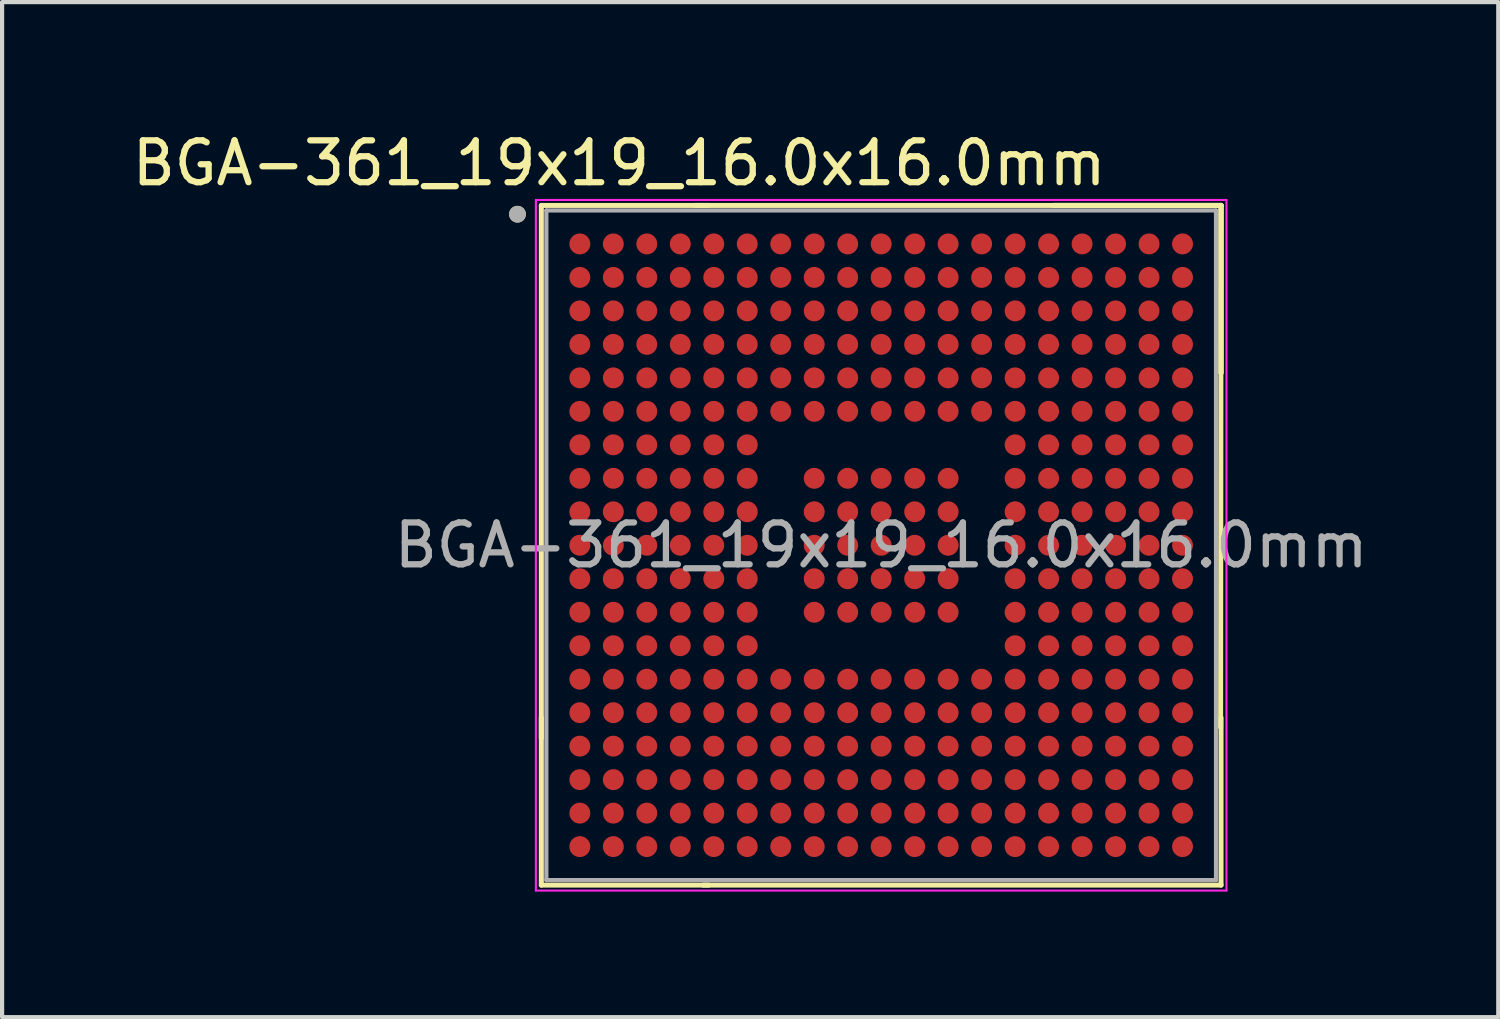
<source format=kicad_pcb>
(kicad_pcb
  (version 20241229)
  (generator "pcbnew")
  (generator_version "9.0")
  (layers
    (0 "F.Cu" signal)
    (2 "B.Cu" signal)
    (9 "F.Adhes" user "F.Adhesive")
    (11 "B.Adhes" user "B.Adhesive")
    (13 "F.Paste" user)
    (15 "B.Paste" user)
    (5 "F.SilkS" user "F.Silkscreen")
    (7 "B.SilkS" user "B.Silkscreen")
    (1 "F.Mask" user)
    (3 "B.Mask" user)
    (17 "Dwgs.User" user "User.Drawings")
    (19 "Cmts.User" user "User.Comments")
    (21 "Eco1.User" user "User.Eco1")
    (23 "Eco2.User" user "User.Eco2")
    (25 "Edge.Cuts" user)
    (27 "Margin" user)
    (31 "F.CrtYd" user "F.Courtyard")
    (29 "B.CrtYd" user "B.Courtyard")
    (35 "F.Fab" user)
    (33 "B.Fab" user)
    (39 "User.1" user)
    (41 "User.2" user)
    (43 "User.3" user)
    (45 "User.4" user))
  (footprint "BGA-361_19x19_16.0x16.0mm"
    (layer "F.Cu")
    (at 18.004 9.978)
    (property "Reference" "BGA-361_19x19_16.0x16.0mm" (at -6.26 -9.13 0) (layer "F.SilkS") (effects (font (size 1 1) (thickness 0.15))))
    (attr smd)
    (fp_line (start -8.12 -8.12) (end -8.12 4.61) (stroke (width 0.12) (type solid)) (layer "F.SilkS"))
    (fp_line (start -8.12 8.12) (end -8.12 4.12) (stroke (width 0.12) (type solid)) (layer "F.SilkS"))
    (fp_line (start -4.46 -8.12) (end 8.12 -8.12) (stroke (width 0.12) (type solid)) (layer "F.SilkS"))
    (fp_line (start -4.25 8.12) (end 8.12 8.12) (stroke (width 0.12) (type solid)) (layer "F.SilkS"))
    (fp_line (start -4.12 -8.12) (end -8.12 -8.12) (stroke (width 0.12) (type solid)) (layer "F.SilkS"))
    (fp_line (start -4.12 8.12) (end -8.12 8.12) (stroke (width 0.12) (type solid)) (layer "F.SilkS"))
    (fp_line (start 4.12 -8.12) (end 8.12 -8.12) (stroke (width 0.12) (type solid)) (layer "F.SilkS"))
    (fp_line (start 4.12 -8.12) (end 8.12 -8.12) (stroke (width 0.12) (type solid)) (layer "F.SilkS"))
    (fp_line (start 8.12 -8.12) (end 8.11 4.35) (stroke (width 0.12) (type solid)) (layer "F.SilkS"))
    (fp_line (start 8.12 -8.12) (end 8.12 -4.12) (stroke (width 0.12) (type solid)) (layer "F.SilkS"))
    (fp_line (start 8.12 -8.12) (end 8.12 -4.12) (stroke (width 0.12) (type solid)) (layer "F.SilkS"))
    (fp_line (start 8.12 8.12) (end 8.12 4.12) (stroke (width 0.12) (type solid)) (layer "F.SilkS"))
    (fp_circle (center -8.69 -7.91) (end -8.59 -7.91) (stroke (width 0.2) (type solid)) (fill no) (layer "F.SilkS"))
    (fp_line (start -8.25 -8.25) (end 8.25 -8.25) (stroke (width 0.05) (type solid)) (layer "F.CrtYd"))
    (fp_line (start -8.25 8.25) (end -8.25 -8.25) (stroke (width 0.05) (type solid)) (layer "F.CrtYd"))
    (fp_line (start 8.25 -8.25) (end 8.25 8.25) (stroke (width 0.05) (type solid)) (layer "F.CrtYd"))
    (fp_line (start 8.25 8.25) (end -8.25 8.25) (stroke (width 0.05) (type solid)) (layer "F.CrtYd"))
    (fp_line (start -8 -8) (end -8 8) (stroke (width 0.1) (type solid)) (layer "F.Fab"))
    (fp_line (start -8 8) (end 8 8) (stroke (width 0.1) (type solid)) (layer "F.Fab"))
    (fp_line (start 8 -8) (end -8 -8) (stroke (width 0.1) (type solid)) (layer "F.Fab"))
    (fp_line (start 8 8) (end 8 -8) (stroke (width 0.1) (type solid)) (layer "F.Fab"))
    (fp_circle (center -8.69 -7.91) (end -8.59 -7.91) (stroke (width 0.2) (type solid)) (fill no) (layer "F.Fab"))
    (fp_text user "${REFERENCE}" (at 0 0 0) (unlocked yes) (layer "F.Fab") (effects (font (size 1 1) (thickness 0.15))))
    (pad "A1" smd circle (at -7.2 -7.2) (size 0.5 0.5) (layers "F.Cu" "F.Mask"))
    (pad "A2" smd circle (at -6.4 -7.2) (size 0.5 0.5) (layers "F.Cu" "F.Mask"))
    (pad "A3" smd circle (at -5.6 -7.2) (size 0.5 0.5) (layers "F.Cu" "F.Mask"))
    (pad "A4" smd circle (at -4.8 -7.2) (size 0.5 0.5) (layers "F.Cu" "F.Mask"))
    (pad "A5" smd circle (at -4 -7.2) (size 0.5 0.5) (layers "F.Cu" "F.Mask"))
    (pad "A6" smd circle (at -3.2 -7.2) (size 0.5 0.5) (layers "F.Cu" "F.Mask"))
    (pad "A7" smd circle (at -2.4 -7.2) (size 0.5 0.5) (layers "F.Cu" "F.Mask"))
    (pad "A8" smd circle (at -1.6 -7.2) (size 0.5 0.5) (layers "F.Cu" "F.Mask"))
    (pad "A9" smd circle (at -0.8 -7.2) (size 0.5 0.5) (layers "F.Cu" "F.Mask"))
    (pad "A10" smd circle (at 0 -7.2) (size 0.5 0.5) (layers "F.Cu" "F.Mask"))
    (pad "A11" smd circle (at 0.8 -7.2) (size 0.5 0.5) (layers "F.Cu" "F.Mask"))
    (pad "A12" smd circle (at 1.6 -7.2) (size 0.5 0.5) (layers "F.Cu" "F.Mask"))
    (pad "A13" smd circle (at 2.4 -7.2) (size 0.5 0.5) (layers "F.Cu" "F.Mask"))
    (pad "A14" smd circle (at 3.2 -7.2) (size 0.5 0.5) (layers "F.Cu" "F.Mask"))
    (pad "A15" smd circle (at 4 -7.2) (size 0.5 0.5) (layers "F.Cu" "F.Mask"))
    (pad "A16" smd circle (at 4.8 -7.2) (size 0.5 0.5) (layers "F.Cu" "F.Mask"))
    (pad "A17" smd circle (at 5.6 -7.2) (size 0.5 0.5) (layers "F.Cu" "F.Mask"))
    (pad "A18" smd circle (at 6.4 -7.2) (size 0.5 0.5) (layers "F.Cu" "F.Mask"))
    (pad "A19" smd circle (at 7.2 -7.2) (size 0.5 0.5) (layers "F.Cu" "F.Mask"))
    (pad "B1" smd circle (at -7.2 -6.4) (size 0.5 0.5) (layers "F.Cu" "F.Mask"))
    (pad "B2" smd circle (at -6.4 -6.4) (size 0.5 0.5) (layers "F.Cu" "F.Mask"))
    (pad "B3" smd circle (at -5.6 -6.4) (size 0.5 0.5) (layers "F.Cu" "F.Mask"))
    (pad "B4" smd circle (at -4.8 -6.4) (size 0.5 0.5) (layers "F.Cu" "F.Mask"))
    (pad "B5" smd circle (at -4 -6.4) (size 0.5 0.5) (layers "F.Cu" "F.Mask"))
    (pad "B6" smd circle (at -3.2 -6.4) (size 0.5 0.5) (layers "F.Cu" "F.Mask"))
    (pad "B7" smd circle (at -2.4 -6.4) (size 0.5 0.5) (layers "F.Cu" "F.Mask"))
    (pad "B8" smd circle (at -1.6 -6.4) (size 0.5 0.5) (layers "F.Cu" "F.Mask"))
    (pad "B9" smd circle (at -0.8 -6.4) (size 0.5 0.5) (layers "F.Cu" "F.Mask"))
    (pad "B10" smd circle (at 0 -6.4) (size 0.5 0.5) (layers "F.Cu" "F.Mask"))
    (pad "B11" smd circle (at 0.8 -6.4) (size 0.5 0.5) (layers "F.Cu" "F.Mask"))
    (pad "B12" smd circle (at 1.6 -6.4) (size 0.5 0.5) (layers "F.Cu" "F.Mask"))
    (pad "B13" smd circle (at 2.4 -6.4) (size 0.5 0.5) (layers "F.Cu" "F.Mask"))
    (pad "B14" smd circle (at 3.2 -6.4) (size 0.5 0.5) (layers "F.Cu" "F.Mask"))
    (pad "B15" smd circle (at 4 -6.4) (size 0.5 0.5) (layers "F.Cu" "F.Mask"))
    (pad "B16" smd circle (at 4.8 -6.4) (size 0.5 0.5) (layers "F.Cu" "F.Mask"))
    (pad "B17" smd circle (at 5.6 -6.4) (size 0.5 0.5) (layers "F.Cu" "F.Mask"))
    (pad "B18" smd circle (at 6.4 -6.4) (size 0.5 0.5) (layers "F.Cu" "F.Mask"))
    (pad "B19" smd circle (at 7.2 -6.4) (size 0.5 0.5) (layers "F.Cu" "F.Mask"))
    (pad "C1" smd circle (at -7.2 -5.6) (size 0.5 0.5) (layers "F.Cu" "F.Mask"))
    (pad "C2" smd circle (at -6.4 -5.6) (size 0.5 0.5) (layers "F.Cu" "F.Mask"))
    (pad "C3" smd circle (at -5.6 -5.6) (size 0.5 0.5) (layers "F.Cu" "F.Mask"))
    (pad "C4" smd circle (at -4.8 -5.6) (size 0.5 0.5) (layers "F.Cu" "F.Mask"))
    (pad "C5" smd circle (at -4 -5.6) (size 0.5 0.5) (layers "F.Cu" "F.Mask"))
    (pad "C6" smd circle (at -3.2 -5.6) (size 0.5 0.5) (layers "F.Cu" "F.Mask"))
    (pad "C7" smd circle (at -2.4 -5.6) (size 0.5 0.5) (layers "F.Cu" "F.Mask"))
    (pad "C8" smd circle (at -1.6 -5.6) (size 0.5 0.5) (layers "F.Cu" "F.Mask"))
    (pad "C9" smd circle (at -0.8 -5.6) (size 0.5 0.5) (layers "F.Cu" "F.Mask"))
    (pad "C10" smd circle (at 0 -5.6) (size 0.5 0.5) (layers "F.Cu" "F.Mask"))
    (pad "C11" smd circle (at 0.8 -5.6) (size 0.5 0.5) (layers "F.Cu" "F.Mask"))
    (pad "C12" smd circle (at 1.6 -5.6) (size 0.5 0.5) (layers "F.Cu" "F.Mask"))
    (pad "C13" smd circle (at 2.4 -5.6) (size 0.5 0.5) (layers "F.Cu" "F.Mask"))
    (pad "C14" smd circle (at 3.2 -5.6) (size 0.5 0.5) (layers "F.Cu" "F.Mask"))
    (pad "C15" smd circle (at 4 -5.6) (size 0.5 0.5) (layers "F.Cu" "F.Mask"))
    (pad "C16" smd circle (at 4.8 -5.6) (size 0.5 0.5) (layers "F.Cu" "F.Mask"))
    (pad "C17" smd circle (at 5.6 -5.6) (size 0.5 0.5) (layers "F.Cu" "F.Mask"))
    (pad "C18" smd circle (at 6.4 -5.6) (size 0.5 0.5) (layers "F.Cu" "F.Mask"))
    (pad "C19" smd circle (at 7.2 -5.6) (size 0.5 0.5) (layers "F.Cu" "F.Mask"))
    (pad "D1" smd circle (at -7.2 -4.8) (size 0.5 0.5) (layers "F.Cu" "F.Mask"))
    (pad "D2" smd circle (at -6.4 -4.8) (size 0.5 0.5) (layers "F.Cu" "F.Mask"))
    (pad "D3" smd circle (at -5.6 -4.8) (size 0.5 0.5) (layers "F.Cu" "F.Mask"))
    (pad "D4" smd circle (at -4.8 -4.8) (size 0.5 0.5) (layers "F.Cu" "F.Mask"))
    (pad "D5" smd circle (at -4 -4.8) (size 0.5 0.5) (layers "F.Cu" "F.Mask"))
    (pad "D6" smd circle (at -3.2 -4.8) (size 0.5 0.5) (layers "F.Cu" "F.Mask"))
    (pad "D7" smd circle (at -2.4 -4.8) (size 0.5 0.5) (layers "F.Cu" "F.Mask"))
    (pad "D8" smd circle (at -1.6 -4.8) (size 0.5 0.5) (layers "F.Cu" "F.Mask"))
    (pad "D9" smd circle (at -0.8 -4.8) (size 0.5 0.5) (layers "F.Cu" "F.Mask"))
    (pad "D10" smd circle (at 0 -4.8) (size 0.5 0.5) (layers "F.Cu" "F.Mask"))
    (pad "D11" smd circle (at 0.8 -4.8) (size 0.5 0.5) (layers "F.Cu" "F.Mask"))
    (pad "D12" smd circle (at 1.6 -4.8) (size 0.5 0.5) (layers "F.Cu" "F.Mask"))
    (pad "D13" smd circle (at 2.4 -4.8) (size 0.5 0.5) (layers "F.Cu" "F.Mask"))
    (pad "D14" smd circle (at 3.2 -4.8) (size 0.5 0.5) (layers "F.Cu" "F.Mask"))
    (pad "D15" smd circle (at 4 -4.8) (size 0.5 0.5) (layers "F.Cu" "F.Mask"))
    (pad "D16" smd circle (at 4.8 -4.8) (size 0.5 0.5) (layers "F.Cu" "F.Mask"))
    (pad "D17" smd circle (at 5.6 -4.8) (size 0.5 0.5) (layers "F.Cu" "F.Mask"))
    (pad "D18" smd circle (at 6.4 -4.8) (size 0.5 0.5) (layers "F.Cu" "F.Mask"))
    (pad "D19" smd circle (at 7.2 -4.8) (size 0.5 0.5) (layers "F.Cu" "F.Mask"))
    (pad "E1" smd circle (at -7.2 -4) (size 0.5 0.5) (layers "F.Cu" "F.Mask"))
    (pad "E2" smd circle (at -6.4 -4) (size 0.5 0.5) (layers "F.Cu" "F.Mask"))
    (pad "E3" smd circle (at -5.6 -4) (size 0.5 0.5) (layers "F.Cu" "F.Mask"))
    (pad "E4" smd circle (at -4.8 -4) (size 0.5 0.5) (layers "F.Cu" "F.Mask"))
    (pad "E5" smd circle (at -4 -4) (size 0.5 0.5) (layers "F.Cu" "F.Mask"))
    (pad "E6" smd circle (at -3.2 -4) (size 0.5 0.5) (layers "F.Cu" "F.Mask"))
    (pad "E7" smd circle (at -2.4 -4) (size 0.5 0.5) (layers "F.Cu" "F.Mask"))
    (pad "E8" smd circle (at -1.6 -4) (size 0.5 0.5) (layers "F.Cu" "F.Mask"))
    (pad "E9" smd circle (at -0.8 -4) (size 0.5 0.5) (layers "F.Cu" "F.Mask"))
    (pad "E10" smd circle (at 0 -4) (size 0.5 0.5) (layers "F.Cu" "F.Mask"))
    (pad "E11" smd circle (at 0.8 -4) (size 0.5 0.5) (layers "F.Cu" "F.Mask"))
    (pad "E12" smd circle (at 1.6 -4) (size 0.5 0.5) (layers "F.Cu" "F.Mask"))
    (pad "E13" smd circle (at 2.4 -4) (size 0.5 0.5) (layers "F.Cu" "F.Mask"))
    (pad "E14" smd circle (at 3.2 -4) (size 0.5 0.5) (layers "F.Cu" "F.Mask"))
    (pad "E15" smd circle (at 4 -4) (size 0.5 0.5) (layers "F.Cu" "F.Mask"))
    (pad "E16" smd circle (at 4.8 -4) (size 0.5 0.5) (layers "F.Cu" "F.Mask"))
    (pad "E17" smd circle (at 5.6 -4) (size 0.5 0.5) (layers "F.Cu" "F.Mask"))
    (pad "E18" smd circle (at 6.4 -4) (size 0.5 0.5) (layers "F.Cu" "F.Mask"))
    (pad "E19" smd circle (at 7.2 -4) (size 0.5 0.5) (layers "F.Cu" "F.Mask"))
    (pad "F1" smd circle (at -7.2 -3.2) (size 0.5 0.5) (layers "F.Cu" "F.Mask"))
    (pad "F2" smd circle (at -6.4 -3.2) (size 0.5 0.5) (layers "F.Cu" "F.Mask"))
    (pad "F3" smd circle (at -5.6 -3.2) (size 0.5 0.5) (layers "F.Cu" "F.Mask"))
    (pad "F4" smd circle (at -4.8 -3.2) (size 0.5 0.5) (layers "F.Cu" "F.Mask"))
    (pad "F5" smd circle (at -4 -3.2) (size 0.5 0.5) (layers "F.Cu" "F.Mask"))
    (pad "F6" smd circle (at -3.2 -3.2) (size 0.5 0.5) (layers "F.Cu" "F.Mask"))
    (pad "F7" smd circle (at -2.4 -3.2) (size 0.5 0.5) (layers "F.Cu" "F.Mask"))
    (pad "F8" smd circle (at -1.6 -3.2) (size 0.5 0.5) (layers "F.Cu" "F.Mask"))
    (pad "F9" smd circle (at -0.8 -3.2) (size 0.5 0.5) (layers "F.Cu" "F.Mask"))
    (pad "F10" smd circle (at 0 -3.2) (size 0.5 0.5) (layers "F.Cu" "F.Mask"))
    (pad "F11" smd circle (at 0.8 -3.2) (size 0.5 0.5) (layers "F.Cu" "F.Mask"))
    (pad "F12" smd circle (at 1.6 -3.2) (size 0.5 0.5) (layers "F.Cu" "F.Mask"))
    (pad "F13" smd circle (at 2.4 -3.2) (size 0.5 0.5) (layers "F.Cu" "F.Mask"))
    (pad "F14" smd circle (at 3.2 -3.2) (size 0.5 0.5) (layers "F.Cu" "F.Mask"))
    (pad "F15" smd circle (at 4 -3.2) (size 0.5 0.5) (layers "F.Cu" "F.Mask"))
    (pad "F16" smd circle (at 4.8 -3.2) (size 0.5 0.5) (layers "F.Cu" "F.Mask"))
    (pad "F17" smd circle (at 5.6 -3.2) (size 0.5 0.5) (layers "F.Cu" "F.Mask"))
    (pad "F18" smd circle (at 6.4 -3.2) (size 0.5 0.5) (layers "F.Cu" "F.Mask"))
    (pad "F19" smd circle (at 7.2 -3.2) (size 0.5 0.5) (layers "F.Cu" "F.Mask"))
    (pad "G1" smd circle (at -7.2 -2.4) (size 0.5 0.5) (layers "F.Cu" "F.Mask"))
    (pad "G2" smd circle (at -6.4 -2.4) (size 0.5 0.5) (layers "F.Cu" "F.Mask"))
    (pad "G3" smd circle (at -5.6 -2.4) (size 0.5 0.5) (layers "F.Cu" "F.Mask"))
    (pad "G4" smd circle (at -4.8 -2.4) (size 0.5 0.5) (layers "F.Cu" "F.Mask"))
    (pad "G5" smd circle (at -4 -2.4) (size 0.5 0.5) (layers "F.Cu" "F.Mask"))
    (pad "G6" smd circle (at -3.2 -2.4) (size 0.5 0.5) (layers "F.Cu" "F.Mask"))
    (pad "G14" smd circle (at 3.2 -2.4) (size 0.5 0.5) (layers "F.Cu" "F.Mask"))
    (pad "G15" smd circle (at 4 -2.4) (size 0.5 0.5) (layers "F.Cu" "F.Mask"))
    (pad "G16" smd circle (at 4.8 -2.4) (size 0.5 0.5) (layers "F.Cu" "F.Mask"))
    (pad "G17" smd circle (at 5.6 -2.4) (size 0.5 0.5) (layers "F.Cu" "F.Mask"))
    (pad "G18" smd circle (at 6.4 -2.4) (size 0.5 0.5) (layers "F.Cu" "F.Mask"))
    (pad "G19" smd circle (at 7.2 -2.4) (size 0.5 0.5) (layers "F.Cu" "F.Mask"))
    (pad "H1" smd circle (at -7.2 -1.6) (size 0.5 0.5) (layers "F.Cu" "F.Mask"))
    (pad "H2" smd circle (at -6.4 -1.6) (size 0.5 0.5) (layers "F.Cu" "F.Mask"))
    (pad "H3" smd circle (at -5.6 -1.6) (size 0.5 0.5) (layers "F.Cu" "F.Mask"))
    (pad "H4" smd circle (at -4.8 -1.6) (size 0.5 0.5) (layers "F.Cu" "F.Mask"))
    (pad "H5" smd circle (at -4 -1.6) (size 0.5 0.5) (layers "F.Cu" "F.Mask"))
    (pad "H6" smd circle (at -3.2 -1.6) (size 0.5 0.5) (layers "F.Cu" "F.Mask"))
    (pad "H8" smd circle (at -1.6 -1.6) (size 0.5 0.5) (layers "F.Cu" "F.Mask"))
    (pad "H9" smd circle (at -0.8 -1.6) (size 0.5 0.5) (layers "F.Cu" "F.Mask"))
    (pad "H10" smd circle (at 0 -1.6) (size 0.5 0.5) (layers "F.Cu" "F.Mask"))
    (pad "H11" smd circle (at 0.8 -1.6) (size 0.5 0.5) (layers "F.Cu" "F.Mask"))
    (pad "H12" smd circle (at 1.6 -1.6) (size 0.5 0.5) (layers "F.Cu" "F.Mask"))
    (pad "H14" smd circle (at 3.2 -1.6) (size 0.5 0.5) (layers "F.Cu" "F.Mask"))
    (pad "H15" smd circle (at 4 -1.6) (size 0.5 0.5) (layers "F.Cu" "F.Mask"))
    (pad "H16" smd circle (at 4.8 -1.6) (size 0.5 0.5) (layers "F.Cu" "F.Mask"))
    (pad "H17" smd circle (at 5.6 -1.6) (size 0.5 0.5) (layers "F.Cu" "F.Mask"))
    (pad "H18" smd circle (at 6.4 -1.6) (size 0.5 0.5) (layers "F.Cu" "F.Mask"))
    (pad "H19" smd circle (at 7.2 -1.6) (size 0.5 0.5) (layers "F.Cu" "F.Mask"))
    (pad "J1" smd circle (at -7.2 -0.8) (size 0.5 0.5) (layers "F.Cu" "F.Mask"))
    (pad "J2" smd circle (at -6.4 -0.8) (size 0.5 0.5) (layers "F.Cu" "F.Mask"))
    (pad "J3" smd circle (at -5.6 -0.8) (size 0.5 0.5) (layers "F.Cu" "F.Mask"))
    (pad "J4" smd circle (at -4.8 -0.8) (size 0.5 0.5) (layers "F.Cu" "F.Mask"))
    (pad "J5" smd circle (at -4 -0.8) (size 0.5 0.5) (layers "F.Cu" "F.Mask"))
    (pad "J6" smd circle (at -3.2 -0.8) (size 0.5 0.5) (layers "F.Cu" "F.Mask"))
    (pad "J8" smd circle (at -1.6 -0.8) (size 0.5 0.5) (layers "F.Cu" "F.Mask"))
    (pad "J9" smd circle (at -0.8 -0.8) (size 0.5 0.5) (layers "F.Cu" "F.Mask"))
    (pad "J10" smd circle (at 0 -0.8) (size 0.5 0.5) (layers "F.Cu" "F.Mask"))
    (pad "J11" smd circle (at 0.8 -0.8) (size 0.5 0.5) (layers "F.Cu" "F.Mask"))
    (pad "J12" smd circle (at 1.6 -0.8) (size 0.5 0.5) (layers "F.Cu" "F.Mask"))
    (pad "J14" smd circle (at 3.2 -0.8) (size 0.5 0.5) (layers "F.Cu" "F.Mask"))
    (pad "J15" smd circle (at 4 -0.8) (size 0.5 0.5) (layers "F.Cu" "F.Mask"))
    (pad "J16" smd circle (at 4.8 -0.8) (size 0.5 0.5) (layers "F.Cu" "F.Mask"))
    (pad "J17" smd circle (at 5.6 -0.8) (size 0.5 0.5) (layers "F.Cu" "F.Mask"))
    (pad "J18" smd circle (at 6.4 -0.8) (size 0.5 0.5) (layers "F.Cu" "F.Mask"))
    (pad "J19" smd circle (at 7.2 -0.8) (size 0.5 0.5) (layers "F.Cu" "F.Mask"))
    (pad "K1" smd circle (at -7.2 0) (size 0.5 0.5) (layers "F.Cu" "F.Mask"))
    (pad "K2" smd circle (at -6.4 0) (size 0.5 0.5) (layers "F.Cu" "F.Mask"))
    (pad "K3" smd circle (at -5.6 0) (size 0.5 0.5) (layers "F.Cu" "F.Mask"))
    (pad "K4" smd circle (at -4.8 0) (size 0.5 0.5) (layers "F.Cu" "F.Mask"))
    (pad "K5" smd circle (at -4 0) (size 0.5 0.5) (layers "F.Cu" "F.Mask"))
    (pad "K6" smd circle (at -3.2 0) (size 0.5 0.5) (layers "F.Cu" "F.Mask"))
    (pad "K8" smd circle (at -1.6 0) (size 0.5 0.5) (layers "F.Cu" "F.Mask"))
    (pad "K9" smd circle (at -0.8 0) (size 0.5 0.5) (layers "F.Cu" "F.Mask"))
    (pad "K10" smd circle (at 0 0) (size 0.5 0.5) (layers "F.Cu" "F.Mask"))
    (pad "K11" smd circle (at 0.8 0) (size 0.5 0.5) (layers "F.Cu" "F.Mask"))
    (pad "K12" smd circle (at 1.6 0) (size 0.5 0.5) (layers "F.Cu" "F.Mask"))
    (pad "K14" smd circle (at 3.2 0) (size 0.5 0.5) (layers "F.Cu" "F.Mask"))
    (pad "K15" smd circle (at 4 0) (size 0.5 0.5) (layers "F.Cu" "F.Mask"))
    (pad "K16" smd circle (at 4.8 0) (size 0.5 0.5) (layers "F.Cu" "F.Mask"))
    (pad "K17" smd circle (at 5.6 0) (size 0.5 0.5) (layers "F.Cu" "F.Mask"))
    (pad "K18" smd circle (at 6.4 0) (size 0.5 0.5) (layers "F.Cu" "F.Mask"))
    (pad "K19" smd circle (at 7.2 0) (size 0.5 0.5) (layers "F.Cu" "F.Mask"))
    (pad "L1" smd circle (at -7.2 0.8) (size 0.5 0.5) (layers "F.Cu" "F.Mask"))
    (pad "L2" smd circle (at -6.4 0.8) (size 0.5 0.5) (layers "F.Cu" "F.Mask"))
    (pad "L3" smd circle (at -5.6 0.8) (size 0.5 0.5) (layers "F.Cu" "F.Mask"))
    (pad "L4" smd circle (at -4.8 0.8) (size 0.5 0.5) (layers "F.Cu" "F.Mask"))
    (pad "L5" smd circle (at -4 0.8) (size 0.5 0.5) (layers "F.Cu" "F.Mask"))
    (pad "L6" smd circle (at -3.2 0.8) (size 0.5 0.5) (layers "F.Cu" "F.Mask"))
    (pad "L8" smd circle (at -1.6 0.8) (size 0.5 0.5) (layers "F.Cu" "F.Mask"))
    (pad "L9" smd circle (at -0.8 0.8) (size 0.5 0.5) (layers "F.Cu" "F.Mask"))
    (pad "L10" smd circle (at 0 0.8) (size 0.5 0.5) (layers "F.Cu" "F.Mask"))
    (pad "L11" smd circle (at 0.8 0.8) (size 0.5 0.5) (layers "F.Cu" "F.Mask"))
    (pad "L12" smd circle (at 1.6 0.8) (size 0.5 0.5) (layers "F.Cu" "F.Mask"))
    (pad "L14" smd circle (at 3.2 0.8) (size 0.5 0.5) (layers "F.Cu" "F.Mask"))
    (pad "L15" smd circle (at 4 0.8) (size 0.5 0.5) (layers "F.Cu" "F.Mask"))
    (pad "L16" smd circle (at 4.8 0.8) (size 0.5 0.5) (layers "F.Cu" "F.Mask"))
    (pad "L17" smd circle (at 5.6 0.8) (size 0.5 0.5) (layers "F.Cu" "F.Mask"))
    (pad "L18" smd circle (at 6.4 0.8) (size 0.5 0.5) (layers "F.Cu" "F.Mask"))
    (pad "L19" smd circle (at 7.2 0.8) (size 0.5 0.5) (layers "F.Cu" "F.Mask"))
    (pad "M1" smd circle (at -7.2 1.6) (size 0.5 0.5) (layers "F.Cu" "F.Mask"))
    (pad "M2" smd circle (at -6.4 1.6) (size 0.5 0.5) (layers "F.Cu" "F.Mask"))
    (pad "M3" smd circle (at -5.6 1.6) (size 0.5 0.5) (layers "F.Cu" "F.Mask"))
    (pad "M4" smd circle (at -4.8 1.6) (size 0.5 0.5) (layers "F.Cu" "F.Mask"))
    (pad "M5" smd circle (at -4 1.6) (size 0.5 0.5) (layers "F.Cu" "F.Mask"))
    (pad "M6" smd circle (at -3.2 1.6) (size 0.5 0.5) (layers "F.Cu" "F.Mask"))
    (pad "M8" smd circle (at -1.6 1.6) (size 0.5 0.5) (layers "F.Cu" "F.Mask"))
    (pad "M9" smd circle (at -0.8 1.6) (size 0.5 0.5) (layers "F.Cu" "F.Mask"))
    (pad "M10" smd circle (at 0 1.6) (size 0.5 0.5) (layers "F.Cu" "F.Mask"))
    (pad "M11" smd circle (at 0.8 1.6) (size 0.5 0.5) (layers "F.Cu" "F.Mask"))
    (pad "M12" smd circle (at 1.6 1.6) (size 0.5 0.5) (layers "F.Cu" "F.Mask"))
    (pad "M14" smd circle (at 3.2 1.6) (size 0.5 0.5) (layers "F.Cu" "F.Mask"))
    (pad "M15" smd circle (at 4 1.6) (size 0.5 0.5) (layers "F.Cu" "F.Mask"))
    (pad "M16" smd circle (at 4.8 1.6) (size 0.5 0.5) (layers "F.Cu" "F.Mask"))
    (pad "M17" smd circle (at 5.6 1.6) (size 0.5 0.5) (layers "F.Cu" "F.Mask"))
    (pad "M18" smd circle (at 6.4 1.6) (size 0.5 0.5) (layers "F.Cu" "F.Mask"))
    (pad "M19" smd circle (at 7.2 1.6) (size 0.5 0.5) (layers "F.Cu" "F.Mask"))
    (pad "N1" smd circle (at -7.2 2.4) (size 0.5 0.5) (layers "F.Cu" "F.Mask"))
    (pad "N2" smd circle (at -6.4 2.4) (size 0.5 0.5) (layers "F.Cu" "F.Mask"))
    (pad "N3" smd circle (at -5.6 2.4) (size 0.5 0.5) (layers "F.Cu" "F.Mask"))
    (pad "N4" smd circle (at -4.8 2.4) (size 0.5 0.5) (layers "F.Cu" "F.Mask"))
    (pad "N5" smd circle (at -4 2.4) (size 0.5 0.5) (layers "F.Cu" "F.Mask"))
    (pad "N6" smd circle (at -3.2 2.4) (size 0.5 0.5) (layers "F.Cu" "F.Mask"))
    (pad "N14" smd circle (at 3.2 2.4) (size 0.5 0.5) (layers "F.Cu" "F.Mask"))
    (pad "N15" smd circle (at 4 2.4) (size 0.5 0.5) (layers "F.Cu" "F.Mask"))
    (pad "N16" smd circle (at 4.8 2.4) (size 0.5 0.5) (layers "F.Cu" "F.Mask"))
    (pad "N17" smd circle (at 5.6 2.4) (size 0.5 0.5) (layers "F.Cu" "F.Mask"))
    (pad "N18" smd circle (at 6.4 2.4) (size 0.5 0.5) (layers "F.Cu" "F.Mask"))
    (pad "N19" smd circle (at 7.2 2.4) (size 0.5 0.5) (layers "F.Cu" "F.Mask"))
    (pad "P1" smd circle (at -7.2 3.2) (size 0.5 0.5) (layers "F.Cu" "F.Mask"))
    (pad "P2" smd circle (at -6.4 3.2) (size 0.5 0.5) (layers "F.Cu" "F.Mask"))
    (pad "P3" smd circle (at -5.6 3.2) (size 0.5 0.5) (layers "F.Cu" "F.Mask"))
    (pad "P4" smd circle (at -4.8 3.2) (size 0.5 0.5) (layers "F.Cu" "F.Mask"))
    (pad "P5" smd circle (at -4 3.2) (size 0.5 0.5) (layers "F.Cu" "F.Mask"))
    (pad "P6" smd circle (at -3.2 3.2) (size 0.5 0.5) (layers "F.Cu" "F.Mask"))
    (pad "P7" smd circle (at -2.4 3.2) (size 0.5 0.5) (layers "F.Cu" "F.Mask"))
    (pad "P8" smd circle (at -1.6 3.2) (size 0.5 0.5) (layers "F.Cu" "F.Mask"))
    (pad "P9" smd circle (at -0.8 3.2) (size 0.5 0.5) (layers "F.Cu" "F.Mask"))
    (pad "P10" smd circle (at 0 3.2) (size 0.5 0.5) (layers "F.Cu" "F.Mask"))
    (pad "P11" smd circle (at 0.8 3.2) (size 0.5 0.5) (layers "F.Cu" "F.Mask"))
    (pad "P12" smd circle (at 1.6 3.2) (size 0.5 0.5) (layers "F.Cu" "F.Mask"))
    (pad "P13" smd circle (at 2.4 3.2) (size 0.5 0.5) (layers "F.Cu" "F.Mask"))
    (pad "P14" smd circle (at 3.2 3.2) (size 0.5 0.5) (layers "F.Cu" "F.Mask"))
    (pad "P15" smd circle (at 4 3.2) (size 0.5 0.5) (layers "F.Cu" "F.Mask"))
    (pad "P16" smd circle (at 4.8 3.2) (size 0.5 0.5) (layers "F.Cu" "F.Mask"))
    (pad "P17" smd circle (at 5.6 3.2) (size 0.5 0.5) (layers "F.Cu" "F.Mask"))
    (pad "P18" smd circle (at 6.4 3.2) (size 0.5 0.5) (layers "F.Cu" "F.Mask"))
    (pad "P19" smd circle (at 7.2 3.2) (size 0.5 0.5) (layers "F.Cu" "F.Mask"))
    (pad "R1" smd circle (at -7.2 4) (size 0.5 0.5) (layers "F.Cu" "F.Mask"))
    (pad "R2" smd circle (at -6.4 4) (size 0.5 0.5) (layers "F.Cu" "F.Mask"))
    (pad "R3" smd circle (at -5.6 4) (size 0.5 0.5) (layers "F.Cu" "F.Mask"))
    (pad "R4" smd circle (at -4.8 4) (size 0.5 0.5) (layers "F.Cu" "F.Mask"))
    (pad "R5" smd circle (at -4 4) (size 0.5 0.5) (layers "F.Cu" "F.Mask"))
    (pad "R6" smd circle (at -3.2 4) (size 0.5 0.5) (layers "F.Cu" "F.Mask"))
    (pad "R7" smd circle (at -2.4 4) (size 0.5 0.5) (layers "F.Cu" "F.Mask"))
    (pad "R8" smd circle (at -1.6 4) (size 0.5 0.5) (layers "F.Cu" "F.Mask"))
    (pad "R9" smd circle (at -0.8 4) (size 0.5 0.5) (layers "F.Cu" "F.Mask"))
    (pad "R10" smd circle (at 0 4) (size 0.5 0.5) (layers "F.Cu" "F.Mask"))
    (pad "R11" smd circle (at 0.8 4) (size 0.5 0.5) (layers "F.Cu" "F.Mask"))
    (pad "R12" smd circle (at 1.6 4) (size 0.5 0.5) (layers "F.Cu" "F.Mask"))
    (pad "R13" smd circle (at 2.4 4) (size 0.5 0.5) (layers "F.Cu" "F.Mask"))
    (pad "R14" smd circle (at 3.2 4) (size 0.5 0.5) (layers "F.Cu" "F.Mask"))
    (pad "R15" smd circle (at 4 4) (size 0.5 0.5) (layers "F.Cu" "F.Mask"))
    (pad "R16" smd circle (at 4.8 4) (size 0.5 0.5) (layers "F.Cu" "F.Mask"))
    (pad "R17" smd circle (at 5.6 4) (size 0.5 0.5) (layers "F.Cu" "F.Mask"))
    (pad "R18" smd circle (at 6.4 4) (size 0.5 0.5) (layers "F.Cu" "F.Mask"))
    (pad "R19" smd circle (at 7.2 4) (size 0.5 0.5) (layers "F.Cu" "F.Mask"))
    (pad "T1" smd circle (at -7.2 4.8) (size 0.5 0.5) (layers "F.Cu" "F.Mask"))
    (pad "T2" smd circle (at -6.4 4.8) (size 0.5 0.5) (layers "F.Cu" "F.Mask"))
    (pad "T3" smd circle (at -5.6 4.8) (size 0.5 0.5) (layers "F.Cu" "F.Mask"))
    (pad "T4" smd circle (at -4.8 4.8) (size 0.5 0.5) (layers "F.Cu" "F.Mask"))
    (pad "T5" smd circle (at -4 4.8) (size 0.5 0.5) (layers "F.Cu" "F.Mask"))
    (pad "T6" smd circle (at -3.2 4.8) (size 0.5 0.5) (layers "F.Cu" "F.Mask"))
    (pad "T7" smd circle (at -2.4 4.8) (size 0.5 0.5) (layers "F.Cu" "F.Mask"))
    (pad "T8" smd circle (at -1.6 4.8) (size 0.5 0.5) (layers "F.Cu" "F.Mask"))
    (pad "T9" smd circle (at -0.8 4.8) (size 0.5 0.5) (layers "F.Cu" "F.Mask"))
    (pad "T10" smd circle (at 0 4.8) (size 0.5 0.5) (layers "F.Cu" "F.Mask"))
    (pad "T11" smd circle (at 0.8 4.8) (size 0.5 0.5) (layers "F.Cu" "F.Mask"))
    (pad "T12" smd circle (at 1.6 4.8) (size 0.5 0.5) (layers "F.Cu" "F.Mask"))
    (pad "T13" smd circle (at 2.4 4.8) (size 0.5 0.5) (layers "F.Cu" "F.Mask"))
    (pad "T14" smd circle (at 3.2 4.8) (size 0.5 0.5) (layers "F.Cu" "F.Mask"))
    (pad "T15" smd circle (at 4 4.8) (size 0.5 0.5) (layers "F.Cu" "F.Mask"))
    (pad "T16" smd circle (at 4.8 4.8) (size 0.5 0.5) (layers "F.Cu" "F.Mask"))
    (pad "T17" smd circle (at 5.6 4.8) (size 0.5 0.5) (layers "F.Cu" "F.Mask"))
    (pad "T18" smd circle (at 6.4 4.8) (size 0.5 0.5) (layers "F.Cu" "F.Mask"))
    (pad "T19" smd circle (at 7.2 4.8) (size 0.5 0.5) (layers "F.Cu" "F.Mask"))
    (pad "U1" smd circle (at -7.2 5.6) (size 0.5 0.5) (layers "F.Cu" "F.Mask"))
    (pad "U2" smd circle (at -6.4 5.6) (size 0.5 0.5) (layers "F.Cu" "F.Mask"))
    (pad "U3" smd circle (at -5.6 5.6) (size 0.5 0.5) (layers "F.Cu" "F.Mask"))
    (pad "U4" smd circle (at -4.8 5.6) (size 0.5 0.5) (layers "F.Cu" "F.Mask"))
    (pad "U5" smd circle (at -4 5.6) (size 0.5 0.5) (layers "F.Cu" "F.Mask"))
    (pad "U6" smd circle (at -3.2 5.6) (size 0.5 0.5) (layers "F.Cu" "F.Mask"))
    (pad "U7" smd circle (at -2.4 5.6) (size 0.5 0.5) (layers "F.Cu" "F.Mask"))
    (pad "U8" smd circle (at -1.6 5.6) (size 0.5 0.5) (layers "F.Cu" "F.Mask"))
    (pad "U9" smd circle (at -0.8 5.6) (size 0.5 0.5) (layers "F.Cu" "F.Mask"))
    (pad "U10" smd circle (at 0 5.6) (size 0.5 0.5) (layers "F.Cu" "F.Mask"))
    (pad "U11" smd circle (at 0.8 5.6) (size 0.5 0.5) (layers "F.Cu" "F.Mask"))
    (pad "U12" smd circle (at 1.6 5.6) (size 0.5 0.5) (layers "F.Cu" "F.Mask"))
    (pad "U13" smd circle (at 2.4 5.6) (size 0.5 0.5) (layers "F.Cu" "F.Mask"))
    (pad "U14" smd circle (at 3.2 5.6) (size 0.5 0.5) (layers "F.Cu" "F.Mask"))
    (pad "U15" smd circle (at 4 5.6) (size 0.5 0.5) (layers "F.Cu" "F.Mask"))
    (pad "U16" smd circle (at 4.8 5.6) (size 0.5 0.5) (layers "F.Cu" "F.Mask"))
    (pad "U17" smd circle (at 5.6 5.6) (size 0.5 0.5) (layers "F.Cu" "F.Mask"))
    (pad "U18" smd circle (at 6.4 5.6) (size 0.5 0.5) (layers "F.Cu" "F.Mask"))
    (pad "U19" smd circle (at 7.2 5.6) (size 0.5 0.5) (layers "F.Cu" "F.Mask"))
    (pad "V1" smd circle (at -7.2 6.4) (size 0.5 0.5) (layers "F.Cu" "F.Mask"))
    (pad "V2" smd circle (at -6.4 6.4) (size 0.5 0.5) (layers "F.Cu" "F.Mask"))
    (pad "V3" smd circle (at -5.6 6.4) (size 0.5 0.5) (layers "F.Cu" "F.Mask"))
    (pad "V4" smd circle (at -4.8 6.4) (size 0.5 0.5) (layers "F.Cu" "F.Mask"))
    (pad "V5" smd circle (at -4 6.4) (size 0.5 0.5) (layers "F.Cu" "F.Mask"))
    (pad "V6" smd circle (at -3.2 6.4) (size 0.5 0.5) (layers "F.Cu" "F.Mask"))
    (pad "V7" smd circle (at -2.4 6.4) (size 0.5 0.5) (layers "F.Cu" "F.Mask"))
    (pad "V8" smd circle (at -1.6 6.4) (size 0.5 0.5) (layers "F.Cu" "F.Mask"))
    (pad "V9" smd circle (at -0.8 6.4) (size 0.5 0.5) (layers "F.Cu" "F.Mask"))
    (pad "V10" smd circle (at 0 6.4) (size 0.5 0.5) (layers "F.Cu" "F.Mask"))
    (pad "V11" smd circle (at 0.8 6.4) (size 0.5 0.5) (layers "F.Cu" "F.Mask"))
    (pad "V12" smd circle (at 1.6 6.4) (size 0.5 0.5) (layers "F.Cu" "F.Mask"))
    (pad "V13" smd circle (at 2.4 6.4) (size 0.5 0.5) (layers "F.Cu" "F.Mask"))
    (pad "V14" smd circle (at 3.2 6.4) (size 0.5 0.5) (layers "F.Cu" "F.Mask"))
    (pad "V15" smd circle (at 4 6.4) (size 0.5 0.5) (layers "F.Cu" "F.Mask"))
    (pad "V16" smd circle (at 4.8 6.4) (size 0.5 0.5) (layers "F.Cu" "F.Mask"))
    (pad "V17" smd circle (at 5.6 6.4) (size 0.5 0.5) (layers "F.Cu" "F.Mask"))
    (pad "V18" smd circle (at 6.4 6.4) (size 0.5 0.5) (layers "F.Cu" "F.Mask"))
    (pad "V19" smd circle (at 7.2 6.4) (size 0.5 0.5) (layers "F.Cu" "F.Mask"))
    (pad "W1" smd circle (at -7.2 7.2) (size 0.5 0.5) (layers "F.Cu" "F.Mask"))
    (pad "W2" smd circle (at -6.4 7.2) (size 0.5 0.5) (layers "F.Cu" "F.Mask"))
    (pad "W3" smd circle (at -5.6 7.2) (size 0.5 0.5) (layers "F.Cu" "F.Mask"))
    (pad "W4" smd circle (at -4.8 7.2) (size 0.5 0.5) (layers "F.Cu" "F.Mask"))
    (pad "W5" smd circle (at -4 7.2) (size 0.5 0.5) (layers "F.Cu" "F.Mask"))
    (pad "W6" smd circle (at -3.2 7.2) (size 0.5 0.5) (layers "F.Cu" "F.Mask"))
    (pad "W7" smd circle (at -2.4 7.2) (size 0.5 0.5) (layers "F.Cu" "F.Mask"))
    (pad "W8" smd circle (at -1.6 7.2) (size 0.5 0.5) (layers "F.Cu" "F.Mask"))
    (pad "W9" smd circle (at -0.8 7.2) (size 0.5 0.5) (layers "F.Cu" "F.Mask"))
    (pad "W10" smd circle (at 0 7.2) (size 0.5 0.5) (layers "F.Cu" "F.Mask"))
    (pad "W11" smd circle (at 0.8 7.2) (size 0.5 0.5) (layers "F.Cu" "F.Mask"))
    (pad "W12" smd circle (at 1.6 7.2) (size 0.5 0.5) (layers "F.Cu" "F.Mask"))
    (pad "W13" smd circle (at 2.4 7.2) (size 0.5 0.5) (layers "F.Cu" "F.Mask"))
    (pad "W14" smd circle (at 3.2 7.2) (size 0.5 0.5) (layers "F.Cu" "F.Mask"))
    (pad "W15" smd circle (at 4 7.2) (size 0.5 0.5) (layers "F.Cu" "F.Mask"))
    (pad "W16" smd circle (at 4.8 7.2) (size 0.5 0.5) (layers "F.Cu" "F.Mask"))
    (pad "W17" smd circle (at 5.6 7.2) (size 0.5 0.5) (layers "F.Cu" "F.Mask"))
    (pad "W18" smd circle (at 6.4 7.2) (size 0.5 0.5) (layers "F.Cu" "F.Mask"))
    (pad "W19" smd circle (at 7.2 7.2) (size 0.5 0.5) (layers "F.Cu" "F.Mask")))
  (gr_rect
    (start -3 -3)
    (end 32.748 21.253)
    (stroke (width 0.1) (type default))
    (fill no)
    (layer "Edge.Cuts")))
</source>
